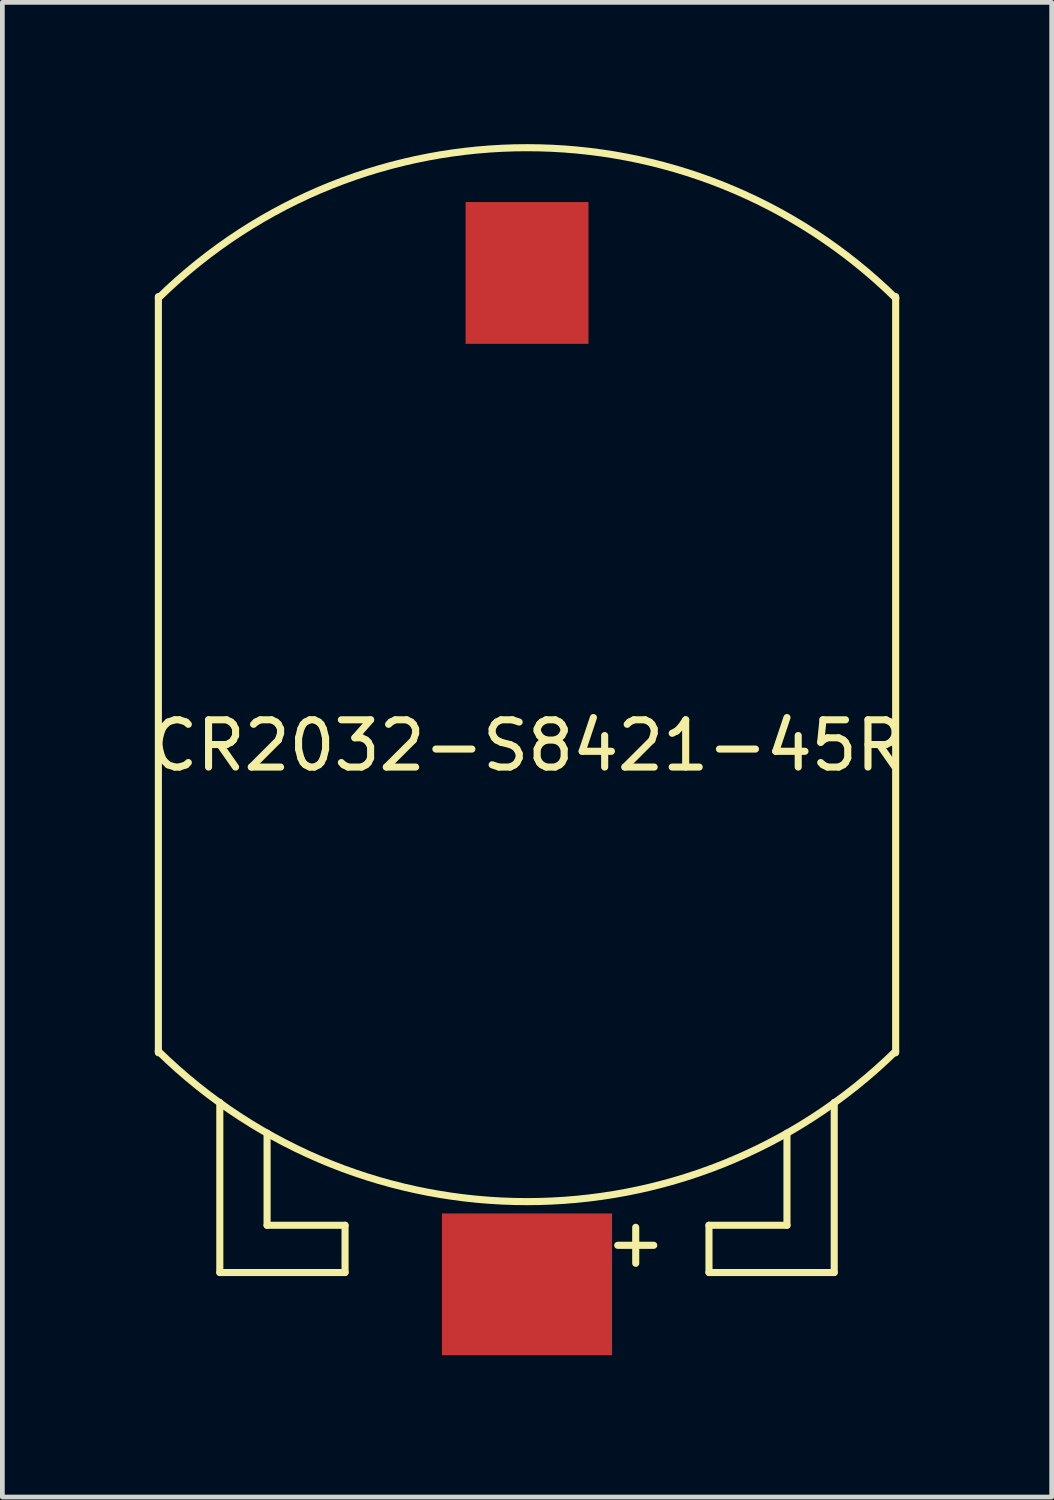
<source format=kicad_pcb>
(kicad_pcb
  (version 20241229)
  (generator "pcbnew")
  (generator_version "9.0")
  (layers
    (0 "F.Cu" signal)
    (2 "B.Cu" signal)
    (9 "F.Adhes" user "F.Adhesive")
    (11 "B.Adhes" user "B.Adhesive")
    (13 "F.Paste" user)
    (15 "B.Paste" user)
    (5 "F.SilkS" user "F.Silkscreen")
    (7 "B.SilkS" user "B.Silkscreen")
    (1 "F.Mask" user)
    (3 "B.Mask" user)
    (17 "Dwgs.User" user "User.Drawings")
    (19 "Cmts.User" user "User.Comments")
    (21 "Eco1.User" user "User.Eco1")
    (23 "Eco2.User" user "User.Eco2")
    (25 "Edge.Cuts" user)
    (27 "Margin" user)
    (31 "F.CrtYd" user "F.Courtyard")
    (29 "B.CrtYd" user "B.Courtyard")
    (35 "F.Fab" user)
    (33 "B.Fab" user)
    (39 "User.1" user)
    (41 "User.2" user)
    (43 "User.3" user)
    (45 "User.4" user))
  (footprint "CR2032-S8421-45R"
    (layer "F.Cu")
    (at 8.101 11.225)
    (property "Reference" "CR2032-S8421-45R" (at 0 1.5 0) (layer "F.SilkS") (effects (font (size 1 1) (thickness 0.15))))
    (attr through_hole)
    (fp_line (start -7.8 -8) (end -7.8 8) (stroke (width 0.15) (type solid)) (layer "F.SilkS"))
    (fp_line (start -6.5 12.65) (end -6.5 9.05) (stroke (width 0.15) (type solid)) (layer "F.SilkS"))
    (fp_line (start -6.5 12.65) (end -3.85 12.65) (stroke (width 0.15) (type solid)) (layer "F.SilkS"))
    (fp_line (start -5.5 11.65) (end -5.5 9.7) (stroke (width 0.15) (type solid)) (layer "F.SilkS"))
    (fp_line (start -3.85 11.65) (end -5.5 11.65) (stroke (width 0.15) (type solid)) (layer "F.SilkS"))
    (fp_line (start -3.85 12.65) (end -3.85 11.65) (stroke (width 0.15) (type solid)) (layer "F.SilkS"))
    (fp_line (start 3.85 11.65) (end 5.5 11.65) (stroke (width 0.15) (type solid)) (layer "F.SilkS"))
    (fp_line (start 3.85 12.65) (end 3.85 11.65) (stroke (width 0.15) (type solid)) (layer "F.SilkS"))
    (fp_line (start 5.5 11.65) (end 5.5 9.7) (stroke (width 0.15) (type solid)) (layer "F.SilkS"))
    (fp_line (start 6.5 12.65) (end 3.85 12.65) (stroke (width 0.15) (type solid)) (layer "F.SilkS"))
    (fp_line (start 6.5 12.65) (end 6.5 9.05) (stroke (width 0.15) (type solid)) (layer "F.SilkS"))
    (fp_line (start 7.8 8) (end 7.8 -8) (stroke (width 0.15) (type solid)) (layer "F.SilkS"))
    (fp_arc (start -7.8 -7.9676) (mid 0.001751 -11.150007) (end 7.802502 -7.96515) (stroke (width 0.15) (type solid)) (layer "F.SilkS"))
    (fp_arc (start 7.8 7.9676) (mid -0.001751 11.150007) (end -7.802502 7.96515) (stroke (width 0.15) (type solid)) (layer "F.SilkS"))
    (fp_text user "+" (at 2.3 12 0) (layer "F.SilkS") (effects (font (size 1 1) (thickness 0.15))))
    (pad "1" smd rect (at 0 12.9) (size 3.6 3) (layers "F.Cu" "F.Mask" "F.Paste"))
    (pad "2" smd rect (at 0 -8.5) (size 2.6 3) (layers "F.Cu" "F.Mask" "F.Paste")))
  (gr_rect
    (start -3 -3)
    (end 19.202 28.625)
    (stroke (width 0.1) (type default))
    (fill no)
    (layer "Edge.Cuts")))
</source>
